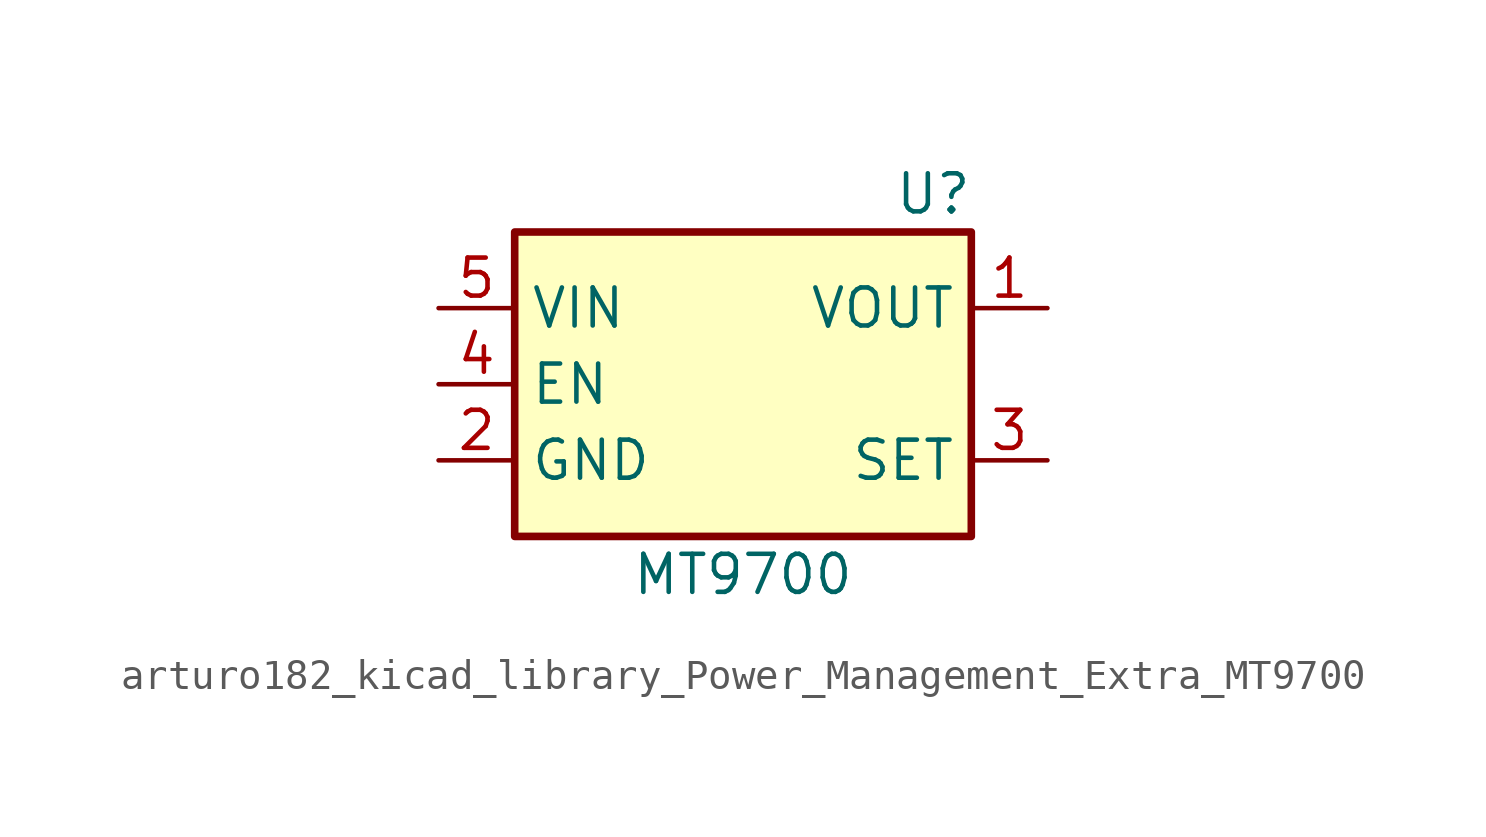
<source format=kicad_sym>
(kicad_symbol_lib
  (version 20220914)
  (generator kicad_symbol_editor)
  (symbol "arturo182_kicad_library_Power_Management_Extra_MT9700"
    (property "Reference" "U"
      (at 6.35 6.35 0)
      (effects (font (size 1.27 1.27))))
    (property "Value" "MT9700"
      (at 0 -6.35 0)
      (effects (font (size 1.27 1.27))))
    (symbol "arturo182_kicad_library_Power_Management_Extra_MT9700_0_1"
      (rectangle (start -7.62 5.08) (end 7.62 -5.08) (stroke (width 0.254) (type default)) (fill (type background))))
    (symbol "arturo182_kicad_library_Power_Management_Extra_MT9700_1_1"
      (pin power_out line (at 10.16 2.54 180) (length 2.54) (name "VOUT" (effects (font (size 1.27 1.27)))) (number "1" (effects (font (size 1.27 1.27)))))
      (pin power_in line (at -10.16 -2.54 0) (length 2.54) (name "GND" (effects (font (size 1.27 1.27)))) (number "2" (effects (font (size 1.27 1.27)))))
      (pin passive line (at 10.16 -2.54 180) (length 2.54) (name "SET" (effects (font (size 1.27 1.27)))) (number "3" (effects (font (size 1.27 1.27)))))
      (pin input line (at -10.16 0 0) (length 2.54) (name "EN" (effects (font (size 1.27 1.27)))) (number "4" (effects (font (size 1.27 1.27)))))
      (pin power_in line (at -10.16 2.54 0) (length 2.54) (name "VIN" (effects (font (size 1.27 1.27)))) (number "5" (effects (font (size 1.27 1.27))))))))
</source>
